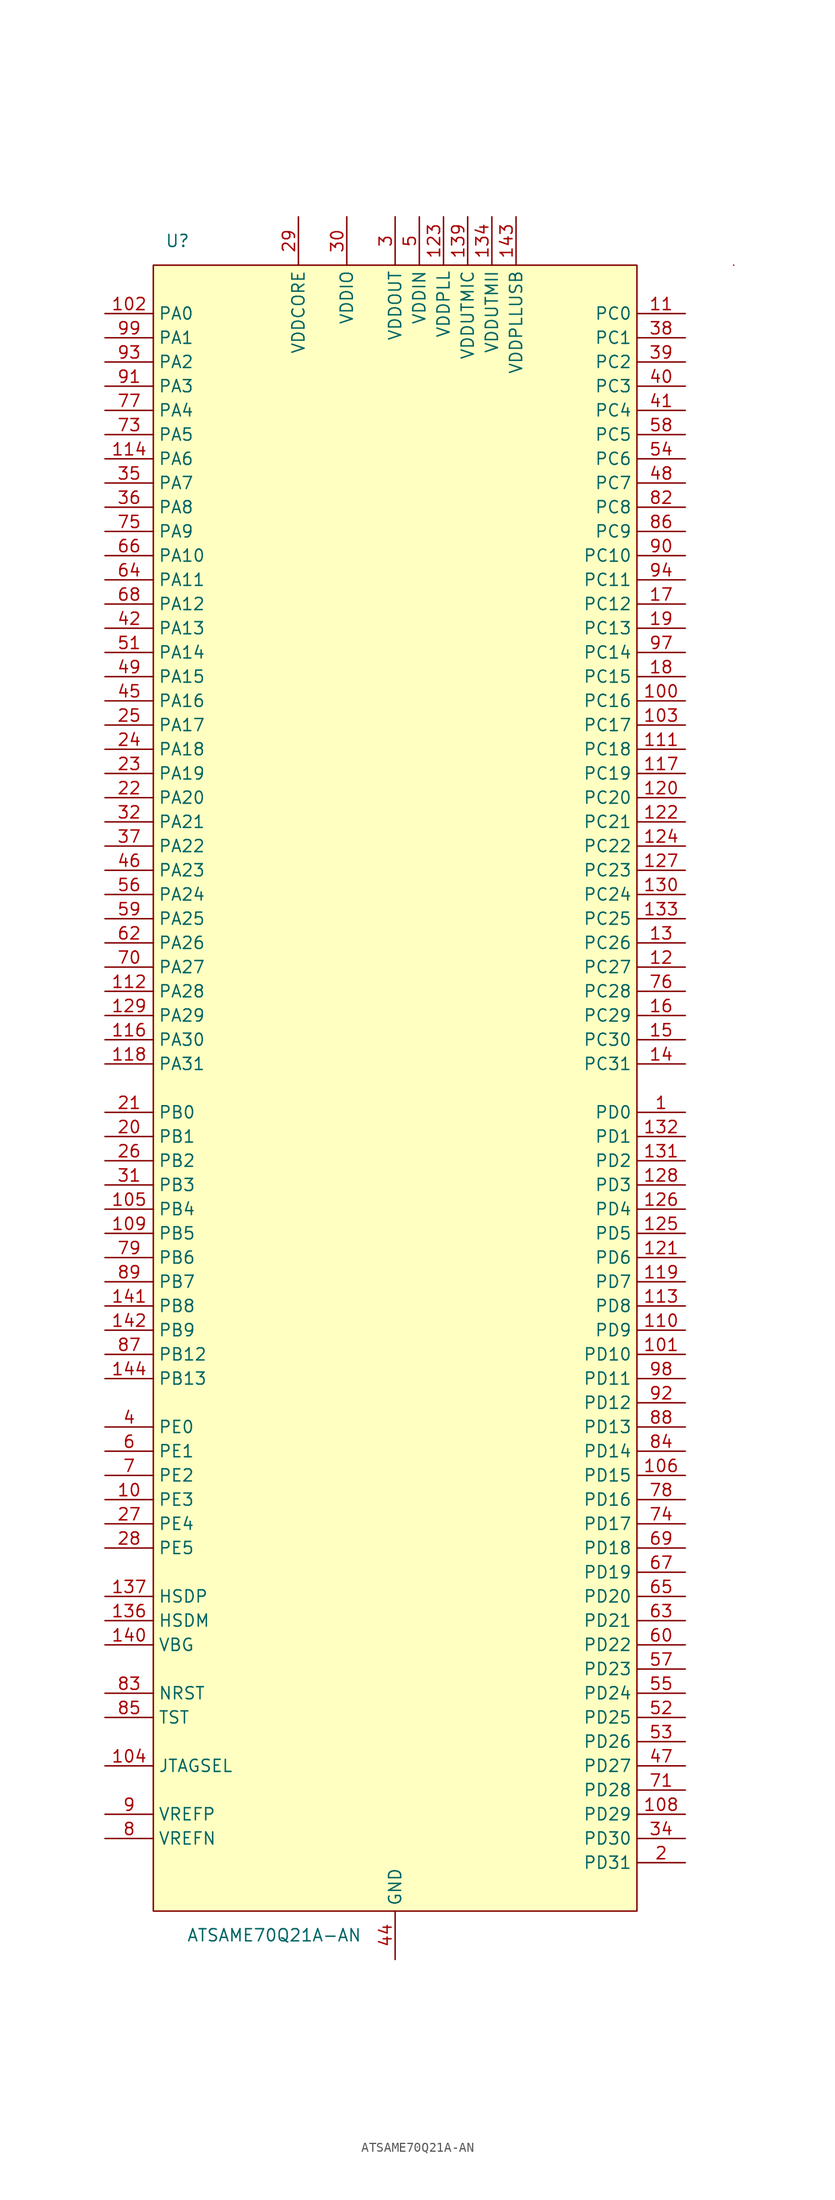
<source format=kicad_sym>
(kicad_symbol_lib
  (version 20220914)
  (generator kicad_symbol_editor)
  (symbol "ATSAME70Q21A-AN"
    (property "Reference" "U"
      (at -22.86 88.9 0)
      (effects (font (size 1.27 1.27))))
    (property "Value" "ATSAME70Q21A-AN"
      (at -12.7 -88.9 0)
      (effects (font (size 1.27 1.27))))
    (symbol "ATSAME70Q21A-AN_0_1"
      (rectangle (start 25.4 86.36) (end -25.4 -86.36) (stroke (width 0) (type default)) (fill (type background)))
      (rectangle (start 35.56 86.36) (end 35.56 86.36) (stroke (width 0) (type default)) (fill (type none))))
    (symbol "ATSAME70Q21A-AN_1_1"
      (pin bidirectional line (at 30.48 -2.54 180) (length 5.08) (name "PD0" (effects (font (size 1.27 1.27)))) (number "1" (effects (font (size 1.27 1.27)))))
      (pin bidirectional line (at -30.48 -43.18 0) (length 5.08) (name "PE3" (effects (font (size 1.27 1.27)))) (number "10" (effects (font (size 1.27 1.27)))))
      (pin bidirectional line (at 30.48 40.64 180) (length 5.08) (name "PC16" (effects (font (size 1.27 1.27)))) (number "100" (effects (font (size 1.27 1.27)))))
      (pin bidirectional line (at 30.48 -27.94 180) (length 5.08) (name "PD10" (effects (font (size 1.27 1.27)))) (number "101" (effects (font (size 1.27 1.27)))))
      (pin bidirectional line (at -30.48 81.28 0) (length 5.08) (name "PA0" (effects (font (size 1.27 1.27)))) (number "102" (effects (font (size 1.27 1.27)))))
      (pin bidirectional line (at 30.48 38.1 180) (length 5.08) (name "PC17" (effects (font (size 1.27 1.27)))) (number "103" (effects (font (size 1.27 1.27)))))
      (pin input line (at -30.48 -71.12 0) (length 5.08) (name "JTAGSEL" (effects (font (size 1.27 1.27)))) (number "104" (effects (font (size 1.27 1.27)))))
      (pin bidirectional line (at -30.48 -12.7 0) (length 5.08) (name "PB4" (effects (font (size 1.27 1.27)))) (number "105" (effects (font (size 1.27 1.27)))))
      (pin bidirectional line (at 30.48 -40.64 180) (length 5.08) (name "PD15" (effects (font (size 1.27 1.27)))) (number "106" (effects (font (size 1.27 1.27)))))
      (pin passive line (at -10.16 91.44 270) (length 5.08) hide (name "VDDCORE" (effects (font (size 1.27 1.27)))) (number "107" (effects (font (size 1.27 1.27)))))
      (pin bidirectional line (at 30.48 -76.2 180) (length 5.08) (name "PD29" (effects (font (size 1.27 1.27)))) (number "108" (effects (font (size 1.27 1.27)))))
      (pin bidirectional line (at -30.48 -15.24 0) (length 5.08) (name "PB5" (effects (font (size 1.27 1.27)))) (number "109" (effects (font (size 1.27 1.27)))))
      (pin bidirectional line (at 30.48 81.28 180) (length 5.08) (name "PC0" (effects (font (size 1.27 1.27)))) (number "11" (effects (font (size 1.27 1.27)))))
      (pin bidirectional line (at 30.48 -25.4 180) (length 5.08) (name "PD9" (effects (font (size 1.27 1.27)))) (number "110" (effects (font (size 1.27 1.27)))))
      (pin bidirectional line (at 30.48 35.56 180) (length 5.08) (name "PC18" (effects (font (size 1.27 1.27)))) (number "111" (effects (font (size 1.27 1.27)))))
      (pin bidirectional line (at -30.48 10.16 0) (length 5.08) (name "PA28" (effects (font (size 1.27 1.27)))) (number "112" (effects (font (size 1.27 1.27)))))
      (pin bidirectional line (at 30.48 -22.86 180) (length 5.08) (name "PD8" (effects (font (size 1.27 1.27)))) (number "113" (effects (font (size 1.27 1.27)))))
      (pin bidirectional line (at -30.48 66.04 0) (length 5.08) (name "PA6" (effects (font (size 1.27 1.27)))) (number "114" (effects (font (size 1.27 1.27)))))
      (pin passive line (at 0 -91.44 90) (length 5.08) hide (name "GND" (effects (font (size 1.27 1.27)))) (number "115" (effects (font (size 1.27 1.27)))))
      (pin bidirectional line (at -30.48 5.08 0) (length 5.08) (name "PA30" (effects (font (size 1.27 1.27)))) (number "116" (effects (font (size 1.27 1.27)))))
      (pin bidirectional line (at 30.48 33.02 180) (length 5.08) (name "PC19" (effects (font (size 1.27 1.27)))) (number "117" (effects (font (size 1.27 1.27)))))
      (pin bidirectional line (at -30.48 2.54 0) (length 5.08) (name "PA31" (effects (font (size 1.27 1.27)))) (number "118" (effects (font (size 1.27 1.27)))))
      (pin bidirectional line (at 30.48 -20.32 180) (length 5.08) (name "PD7" (effects (font (size 1.27 1.27)))) (number "119" (effects (font (size 1.27 1.27)))))
      (pin bidirectional line (at 30.48 12.7 180) (length 5.08) (name "PC27" (effects (font (size 1.27 1.27)))) (number "12" (effects (font (size 1.27 1.27)))))
      (pin bidirectional line (at 30.48 30.48 180) (length 5.08) (name "PC20" (effects (font (size 1.27 1.27)))) (number "120" (effects (font (size 1.27 1.27)))))
      (pin bidirectional line (at 30.48 -17.78 180) (length 5.08) (name "PD6" (effects (font (size 1.27 1.27)))) (number "121" (effects (font (size 1.27 1.27)))))
      (pin bidirectional line (at 30.48 27.94 180) (length 5.08) (name "PC21" (effects (font (size 1.27 1.27)))) (number "122" (effects (font (size 1.27 1.27)))))
      (pin power_in line (at 5.08 91.44 270) (length 5.08) (name "VDDPLL" (effects (font (size 1.27 1.27)))) (number "123" (effects (font (size 1.27 1.27)))))
      (pin bidirectional line (at 30.48 25.4 180) (length 5.08) (name "PC22" (effects (font (size 1.27 1.27)))) (number "124" (effects (font (size 1.27 1.27)))))
      (pin bidirectional line (at 30.48 -15.24 180) (length 5.08) (name "PD5" (effects (font (size 1.27 1.27)))) (number "125" (effects (font (size 1.27 1.27)))))
      (pin bidirectional line (at 30.48 -12.7 180) (length 5.08) (name "PD4" (effects (font (size 1.27 1.27)))) (number "126" (effects (font (size 1.27 1.27)))))
      (pin bidirectional line (at 30.48 22.86 180) (length 5.08) (name "PC23" (effects (font (size 1.27 1.27)))) (number "127" (effects (font (size 1.27 1.27)))))
      (pin bidirectional line (at 30.48 -10.16 180) (length 5.08) (name "PD3" (effects (font (size 1.27 1.27)))) (number "128" (effects (font (size 1.27 1.27)))))
      (pin bidirectional line (at -30.48 7.62 0) (length 5.08) (name "PA29" (effects (font (size 1.27 1.27)))) (number "129" (effects (font (size 1.27 1.27)))))
      (pin bidirectional line (at 30.48 15.24 180) (length 5.08) (name "PC26" (effects (font (size 1.27 1.27)))) (number "13" (effects (font (size 1.27 1.27)))))
      (pin bidirectional line (at 30.48 20.32 180) (length 5.08) (name "PC24" (effects (font (size 1.27 1.27)))) (number "130" (effects (font (size 1.27 1.27)))))
      (pin bidirectional line (at 30.48 -7.62 180) (length 5.08) (name "PD2" (effects (font (size 1.27 1.27)))) (number "131" (effects (font (size 1.27 1.27)))))
      (pin bidirectional line (at 30.48 -5.08 180) (length 5.08) (name "PD1" (effects (font (size 1.27 1.27)))) (number "132" (effects (font (size 1.27 1.27)))))
      (pin bidirectional line (at 30.48 17.78 180) (length 5.08) (name "PC25" (effects (font (size 1.27 1.27)))) (number "133" (effects (font (size 1.27 1.27)))))
      (pin power_in line (at 10.16 91.44 270) (length 5.08) (name "VDDUTMII" (effects (font (size 1.27 1.27)))) (number "134" (effects (font (size 1.27 1.27)))))
      (pin passive line (at 0 -91.44 90) (length 5.08) hide (name "GND" (effects (font (size 1.27 1.27)))) (number "135" (effects (font (size 1.27 1.27)))))
      (pin bidirectional line (at -30.48 -55.88 0) (length 5.08) (name "HSDM" (effects (font (size 1.27 1.27)))) (number "136" (effects (font (size 1.27 1.27)))))
      (pin bidirectional line (at -30.48 -53.34 0) (length 5.08) (name "HSDP" (effects (font (size 1.27 1.27)))) (number "137" (effects (font (size 1.27 1.27)))))
      (pin passive line (at 0 -91.44 90) (length 5.08) hide (name "GND" (effects (font (size 1.27 1.27)))) (number "138" (effects (font (size 1.27 1.27)))))
      (pin power_in line (at 7.62 91.44 270) (length 5.08) (name "VDDUTMIC" (effects (font (size 1.27 1.27)))) (number "139" (effects (font (size 1.27 1.27)))))
      (pin bidirectional line (at 30.48 2.54 180) (length 5.08) (name "PC31" (effects (font (size 1.27 1.27)))) (number "14" (effects (font (size 1.27 1.27)))))
      (pin input line (at -30.48 -58.42 0) (length 5.08) (name "VBG" (effects (font (size 1.27 1.27)))) (number "140" (effects (font (size 1.27 1.27)))))
      (pin bidirectional line (at -30.48 -22.86 0) (length 5.08) (name "PB8" (effects (font (size 1.27 1.27)))) (number "141" (effects (font (size 1.27 1.27)))))
      (pin bidirectional line (at -30.48 -25.4 0) (length 5.08) (name "PB9" (effects (font (size 1.27 1.27)))) (number "142" (effects (font (size 1.27 1.27)))))
      (pin power_in line (at 12.7 91.44 270) (length 5.08) (name "VDDPLLUSB" (effects (font (size 1.27 1.27)))) (number "143" (effects (font (size 1.27 1.27)))))
      (pin bidirectional line (at -30.48 -30.48 0) (length 5.08) (name "PB13" (effects (font (size 1.27 1.27)))) (number "144" (effects (font (size 1.27 1.27)))))
      (pin bidirectional line (at 30.48 5.08 180) (length 5.08) (name "PC30" (effects (font (size 1.27 1.27)))) (number "15" (effects (font (size 1.27 1.27)))))
      (pin bidirectional line (at 30.48 7.62 180) (length 5.08) (name "PC29" (effects (font (size 1.27 1.27)))) (number "16" (effects (font (size 1.27 1.27)))))
      (pin bidirectional line (at 30.48 50.8 180) (length 5.08) (name "PC12" (effects (font (size 1.27 1.27)))) (number "17" (effects (font (size 1.27 1.27)))))
      (pin bidirectional line (at 30.48 43.18 180) (length 5.08) (name "PC15" (effects (font (size 1.27 1.27)))) (number "18" (effects (font (size 1.27 1.27)))))
      (pin bidirectional line (at 30.48 48.26 180) (length 5.08) (name "PC13" (effects (font (size 1.27 1.27)))) (number "19" (effects (font (size 1.27 1.27)))))
      (pin bidirectional line (at 30.48 -81.28 180) (length 5.08) (name "PD31" (effects (font (size 1.27 1.27)))) (number "2" (effects (font (size 1.27 1.27)))))
      (pin bidirectional line (at -30.48 -5.08 0) (length 5.08) (name "PB1" (effects (font (size 1.27 1.27)))) (number "20" (effects (font (size 1.27 1.27)))))
      (pin bidirectional line (at -30.48 -2.54 0) (length 5.08) (name "PB0" (effects (font (size 1.27 1.27)))) (number "21" (effects (font (size 1.27 1.27)))))
      (pin bidirectional line (at -30.48 30.48 0) (length 5.08) (name "PA20" (effects (font (size 1.27 1.27)))) (number "22" (effects (font (size 1.27 1.27)))))
      (pin bidirectional line (at -30.48 33.02 0) (length 5.08) (name "PA19" (effects (font (size 1.27 1.27)))) (number "23" (effects (font (size 1.27 1.27)))))
      (pin bidirectional line (at -30.48 35.56 0) (length 5.08) (name "PA18" (effects (font (size 1.27 1.27)))) (number "24" (effects (font (size 1.27 1.27)))))
      (pin bidirectional line (at -30.48 38.1 0) (length 5.08) (name "PA17" (effects (font (size 1.27 1.27)))) (number "25" (effects (font (size 1.27 1.27)))))
      (pin bidirectional line (at -30.48 -7.62 0) (length 5.08) (name "PB2" (effects (font (size 1.27 1.27)))) (number "26" (effects (font (size 1.27 1.27)))))
      (pin bidirectional line (at -30.48 -45.72 0) (length 5.08) (name "PE4" (effects (font (size 1.27 1.27)))) (number "27" (effects (font (size 1.27 1.27)))))
      (pin bidirectional line (at -30.48 -48.26 0) (length 5.08) (name "PE5" (effects (font (size 1.27 1.27)))) (number "28" (effects (font (size 1.27 1.27)))))
      (pin power_in line (at -10.16 91.44 270) (length 5.08) (name "VDDCORE" (effects (font (size 1.27 1.27)))) (number "29" (effects (font (size 1.27 1.27)))))
      (pin power_in line (at 0 91.44 270) (length 5.08) (name "VDDOUT" (effects (font (size 1.27 1.27)))) (number "3" (effects (font (size 1.27 1.27)))))
      (pin power_in line (at -5.08 91.44 270) (length 5.08) (name "VDDIO" (effects (font (size 1.27 1.27)))) (number "30" (effects (font (size 1.27 1.27)))))
      (pin bidirectional line (at -30.48 -10.16 0) (length 5.08) (name "PB3" (effects (font (size 1.27 1.27)))) (number "31" (effects (font (size 1.27 1.27)))))
      (pin bidirectional line (at -30.48 27.94 0) (length 5.08) (name "PA21" (effects (font (size 1.27 1.27)))) (number "32" (effects (font (size 1.27 1.27)))))
      (pin passive line (at -10.16 91.44 270) (length 5.08) hide (name "VDDCORE" (effects (font (size 1.27 1.27)))) (number "33" (effects (font (size 1.27 1.27)))))
      (pin bidirectional line (at 30.48 -78.74 180) (length 5.08) (name "PD30" (effects (font (size 1.27 1.27)))) (number "34" (effects (font (size 1.27 1.27)))))
      (pin bidirectional line (at -30.48 63.5 0) (length 5.08) (name "PA7" (effects (font (size 1.27 1.27)))) (number "35" (effects (font (size 1.27 1.27)))))
      (pin bidirectional line (at -30.48 60.96 0) (length 5.08) (name "PA8" (effects (font (size 1.27 1.27)))) (number "36" (effects (font (size 1.27 1.27)))))
      (pin bidirectional line (at -30.48 25.4 0) (length 5.08) (name "PA22" (effects (font (size 1.27 1.27)))) (number "37" (effects (font (size 1.27 1.27)))))
      (pin bidirectional line (at 30.48 78.74 180) (length 5.08) (name "PC1" (effects (font (size 1.27 1.27)))) (number "38" (effects (font (size 1.27 1.27)))))
      (pin bidirectional line (at 30.48 76.2 180) (length 5.08) (name "PC2" (effects (font (size 1.27 1.27)))) (number "39" (effects (font (size 1.27 1.27)))))
      (pin bidirectional line (at -30.48 -35.56 0) (length 5.08) (name "PE0" (effects (font (size 1.27 1.27)))) (number "4" (effects (font (size 1.27 1.27)))))
      (pin bidirectional line (at 30.48 73.66 180) (length 5.08) (name "PC3" (effects (font (size 1.27 1.27)))) (number "40" (effects (font (size 1.27 1.27)))))
      (pin bidirectional line (at 30.48 71.12 180) (length 5.08) (name "PC4" (effects (font (size 1.27 1.27)))) (number "41" (effects (font (size 1.27 1.27)))))
      (pin bidirectional line (at -30.48 48.26 0) (length 5.08) (name "PA13" (effects (font (size 1.27 1.27)))) (number "42" (effects (font (size 1.27 1.27)))))
      (pin passive line (at -5.08 91.44 270) (length 5.08) hide (name "VDDIO" (effects (font (size 1.27 1.27)))) (number "43" (effects (font (size 1.27 1.27)))))
      (pin power_in line (at 0 -91.44 90) (length 5.08) (name "GND" (effects (font (size 1.27 1.27)))) (number "44" (effects (font (size 1.27 1.27)))))
      (pin bidirectional line (at -30.48 40.64 0) (length 5.08) (name "PA16" (effects (font (size 1.27 1.27)))) (number "45" (effects (font (size 1.27 1.27)))))
      (pin bidirectional line (at -30.48 22.86 0) (length 5.08) (name "PA23" (effects (font (size 1.27 1.27)))) (number "46" (effects (font (size 1.27 1.27)))))
      (pin bidirectional line (at 30.48 -71.12 180) (length 5.08) (name "PD27" (effects (font (size 1.27 1.27)))) (number "47" (effects (font (size 1.27 1.27)))))
      (pin bidirectional line (at 30.48 63.5 180) (length 5.08) (name "PC7" (effects (font (size 1.27 1.27)))) (number "48" (effects (font (size 1.27 1.27)))))
      (pin bidirectional line (at -30.48 43.18 0) (length 5.08) (name "PA15" (effects (font (size 1.27 1.27)))) (number "49" (effects (font (size 1.27 1.27)))))
      (pin power_in line (at 2.54 91.44 270) (length 5.08) (name "VDDIN" (effects (font (size 1.27 1.27)))) (number "5" (effects (font (size 1.27 1.27)))))
      (pin passive line (at -10.16 91.44 270) (length 5.08) hide (name "VDDCORE" (effects (font (size 1.27 1.27)))) (number "50" (effects (font (size 1.27 1.27)))))
      (pin bidirectional line (at -30.48 45.72 0) (length 5.08) (name "PA14" (effects (font (size 1.27 1.27)))) (number "51" (effects (font (size 1.27 1.27)))))
      (pin bidirectional line (at 30.48 -66.04 180) (length 5.08) (name "PD25" (effects (font (size 1.27 1.27)))) (number "52" (effects (font (size 1.27 1.27)))))
      (pin bidirectional line (at 30.48 -68.58 180) (length 5.08) (name "PD26" (effects (font (size 1.27 1.27)))) (number "53" (effects (font (size 1.27 1.27)))))
      (pin bidirectional line (at 30.48 66.04 180) (length 5.08) (name "PC6" (effects (font (size 1.27 1.27)))) (number "54" (effects (font (size 1.27 1.27)))))
      (pin bidirectional line (at 30.48 -63.5 180) (length 5.08) (name "PD24" (effects (font (size 1.27 1.27)))) (number "55" (effects (font (size 1.27 1.27)))))
      (pin bidirectional line (at -30.48 20.32 0) (length 5.08) (name "PA24" (effects (font (size 1.27 1.27)))) (number "56" (effects (font (size 1.27 1.27)))))
      (pin bidirectional line (at 30.48 -60.96 180) (length 5.08) (name "PD23" (effects (font (size 1.27 1.27)))) (number "57" (effects (font (size 1.27 1.27)))))
      (pin bidirectional line (at 30.48 68.58 180) (length 5.08) (name "PC5" (effects (font (size 1.27 1.27)))) (number "58" (effects (font (size 1.27 1.27)))))
      (pin bidirectional line (at -30.48 17.78 0) (length 5.08) (name "PA25" (effects (font (size 1.27 1.27)))) (number "59" (effects (font (size 1.27 1.27)))))
      (pin bidirectional line (at -30.48 -38.1 0) (length 5.08) (name "PE1" (effects (font (size 1.27 1.27)))) (number "6" (effects (font (size 1.27 1.27)))))
      (pin bidirectional line (at 30.48 -58.42 180) (length 5.08) (name "PD22" (effects (font (size 1.27 1.27)))) (number "60" (effects (font (size 1.27 1.27)))))
      (pin passive line (at 0 -91.44 90) (length 5.08) hide (name "GND" (effects (font (size 1.27 1.27)))) (number "61" (effects (font (size 1.27 1.27)))))
      (pin bidirectional line (at -30.48 15.24 0) (length 5.08) (name "PA26" (effects (font (size 1.27 1.27)))) (number "62" (effects (font (size 1.27 1.27)))))
      (pin bidirectional line (at 30.48 -55.88 180) (length 5.08) (name "PD21" (effects (font (size 1.27 1.27)))) (number "63" (effects (font (size 1.27 1.27)))))
      (pin bidirectional line (at -30.48 53.34 0) (length 5.08) (name "PA11" (effects (font (size 1.27 1.27)))) (number "64" (effects (font (size 1.27 1.27)))))
      (pin bidirectional line (at 30.48 -53.34 180) (length 5.08) (name "PD20" (effects (font (size 1.27 1.27)))) (number "65" (effects (font (size 1.27 1.27)))))
      (pin bidirectional line (at -30.48 55.88 0) (length 5.08) (name "PA10" (effects (font (size 1.27 1.27)))) (number "66" (effects (font (size 1.27 1.27)))))
      (pin bidirectional line (at 30.48 -50.8 180) (length 5.08) (name "PD19" (effects (font (size 1.27 1.27)))) (number "67" (effects (font (size 1.27 1.27)))))
      (pin bidirectional line (at -30.48 50.8 0) (length 5.08) (name "PA12" (effects (font (size 1.27 1.27)))) (number "68" (effects (font (size 1.27 1.27)))))
      (pin bidirectional line (at 30.48 -48.26 180) (length 5.08) (name "PD18" (effects (font (size 1.27 1.27)))) (number "69" (effects (font (size 1.27 1.27)))))
      (pin bidirectional line (at -30.48 -40.64 0) (length 5.08) (name "PE2" (effects (font (size 1.27 1.27)))) (number "7" (effects (font (size 1.27 1.27)))))
      (pin bidirectional line (at -30.48 12.7 0) (length 5.08) (name "PA27" (effects (font (size 1.27 1.27)))) (number "70" (effects (font (size 1.27 1.27)))))
      (pin bidirectional line (at 30.48 -73.66 180) (length 5.08) (name "PD28" (effects (font (size 1.27 1.27)))) (number "71" (effects (font (size 1.27 1.27)))))
      (pin passive line (at -5.08 91.44 270) (length 5.08) hide (name "VDDIO" (effects (font (size 1.27 1.27)))) (number "72" (effects (font (size 1.27 1.27)))))
      (pin bidirectional line (at -30.48 68.58 0) (length 5.08) (name "PA5" (effects (font (size 1.27 1.27)))) (number "73" (effects (font (size 1.27 1.27)))))
      (pin bidirectional line (at 30.48 -45.72 180) (length 5.08) (name "PD17" (effects (font (size 1.27 1.27)))) (number "74" (effects (font (size 1.27 1.27)))))
      (pin bidirectional line (at -30.48 58.42 0) (length 5.08) (name "PA9" (effects (font (size 1.27 1.27)))) (number "75" (effects (font (size 1.27 1.27)))))
      (pin bidirectional line (at 30.48 10.16 180) (length 5.08) (name "PC28" (effects (font (size 1.27 1.27)))) (number "76" (effects (font (size 1.27 1.27)))))
      (pin bidirectional line (at -30.48 71.12 0) (length 5.08) (name "PA4" (effects (font (size 1.27 1.27)))) (number "77" (effects (font (size 1.27 1.27)))))
      (pin bidirectional line (at 30.48 -43.18 180) (length 5.08) (name "PD16" (effects (font (size 1.27 1.27)))) (number "78" (effects (font (size 1.27 1.27)))))
      (pin bidirectional line (at -30.48 -17.78 0) (length 5.08) (name "PB6" (effects (font (size 1.27 1.27)))) (number "79" (effects (font (size 1.27 1.27)))))
      (pin bidirectional line (at -30.48 -78.74 0) (length 5.08) (name "VREFN" (effects (font (size 1.27 1.27)))) (number "8" (effects (font (size 1.27 1.27)))))
      (pin passive line (at -5.08 91.44 270) (length 5.08) hide (name "VDDIO" (effects (font (size 1.27 1.27)))) (number "80" (effects (font (size 1.27 1.27)))))
      (pin passive line (at -10.16 91.44 270) (length 5.08) hide (name "VDDCORE" (effects (font (size 1.27 1.27)))) (number "81" (effects (font (size 1.27 1.27)))))
      (pin bidirectional line (at 30.48 60.96 180) (length 5.08) (name "PC8" (effects (font (size 1.27 1.27)))) (number "82" (effects (font (size 1.27 1.27)))))
      (pin bidirectional line (at -30.48 -63.5 0) (length 5.08) (name "NRST" (effects (font (size 1.27 1.27)))) (number "83" (effects (font (size 1.27 1.27)))))
      (pin bidirectional line (at 30.48 -38.1 180) (length 5.08) (name "PD14" (effects (font (size 1.27 1.27)))) (number "84" (effects (font (size 1.27 1.27)))))
      (pin input line (at -30.48 -66.04 0) (length 5.08) (name "TST" (effects (font (size 1.27 1.27)))) (number "85" (effects (font (size 1.27 1.27)))))
      (pin bidirectional line (at 30.48 58.42 180) (length 5.08) (name "PC9" (effects (font (size 1.27 1.27)))) (number "86" (effects (font (size 1.27 1.27)))))
      (pin bidirectional line (at -30.48 -27.94 0) (length 5.08) (name "PB12" (effects (font (size 1.27 1.27)))) (number "87" (effects (font (size 1.27 1.27)))))
      (pin bidirectional line (at 30.48 -35.56 180) (length 5.08) (name "PD13" (effects (font (size 1.27 1.27)))) (number "88" (effects (font (size 1.27 1.27)))))
      (pin bidirectional line (at -30.48 -20.32 0) (length 5.08) (name "PB7" (effects (font (size 1.27 1.27)))) (number "89" (effects (font (size 1.27 1.27)))))
      (pin input line (at -30.48 -76.2 0) (length 5.08) (name "VREFP" (effects (font (size 1.27 1.27)))) (number "9" (effects (font (size 1.27 1.27)))))
      (pin bidirectional line (at 30.48 55.88 180) (length 5.08) (name "PC10" (effects (font (size 1.27 1.27)))) (number "90" (effects (font (size 1.27 1.27)))))
      (pin bidirectional line (at -30.48 73.66 0) (length 5.08) (name "PA3" (effects (font (size 1.27 1.27)))) (number "91" (effects (font (size 1.27 1.27)))))
      (pin bidirectional line (at 30.48 -33.02 180) (length 5.08) (name "PD12" (effects (font (size 1.27 1.27)))) (number "92" (effects (font (size 1.27 1.27)))))
      (pin bidirectional line (at -30.48 76.2 0) (length 5.08) (name "PA2" (effects (font (size 1.27 1.27)))) (number "93" (effects (font (size 1.27 1.27)))))
      (pin bidirectional line (at 30.48 53.34 180) (length 5.08) (name "PC11" (effects (font (size 1.27 1.27)))) (number "94" (effects (font (size 1.27 1.27)))))
      (pin passive line (at 0 -91.44 90) (length 5.08) hide (name "GND" (effects (font (size 1.27 1.27)))) (number "95" (effects (font (size 1.27 1.27)))))
      (pin passive line (at -5.08 91.44 270) (length 5.08) hide (name "VDDIO" (effects (font (size 1.27 1.27)))) (number "96" (effects (font (size 1.27 1.27)))))
      (pin bidirectional line (at 30.48 45.72 180) (length 5.08) (name "PC14" (effects (font (size 1.27 1.27)))) (number "97" (effects (font (size 1.27 1.27)))))
      (pin bidirectional line (at 30.48 -30.48 180) (length 5.08) (name "PD11" (effects (font (size 1.27 1.27)))) (number "98" (effects (font (size 1.27 1.27)))))
      (pin bidirectional line (at -30.48 78.74 0) (length 5.08) (name "PA1" (effects (font (size 1.27 1.27)))) (number "99" (effects (font (size 1.27 1.27))))))))
</source>
